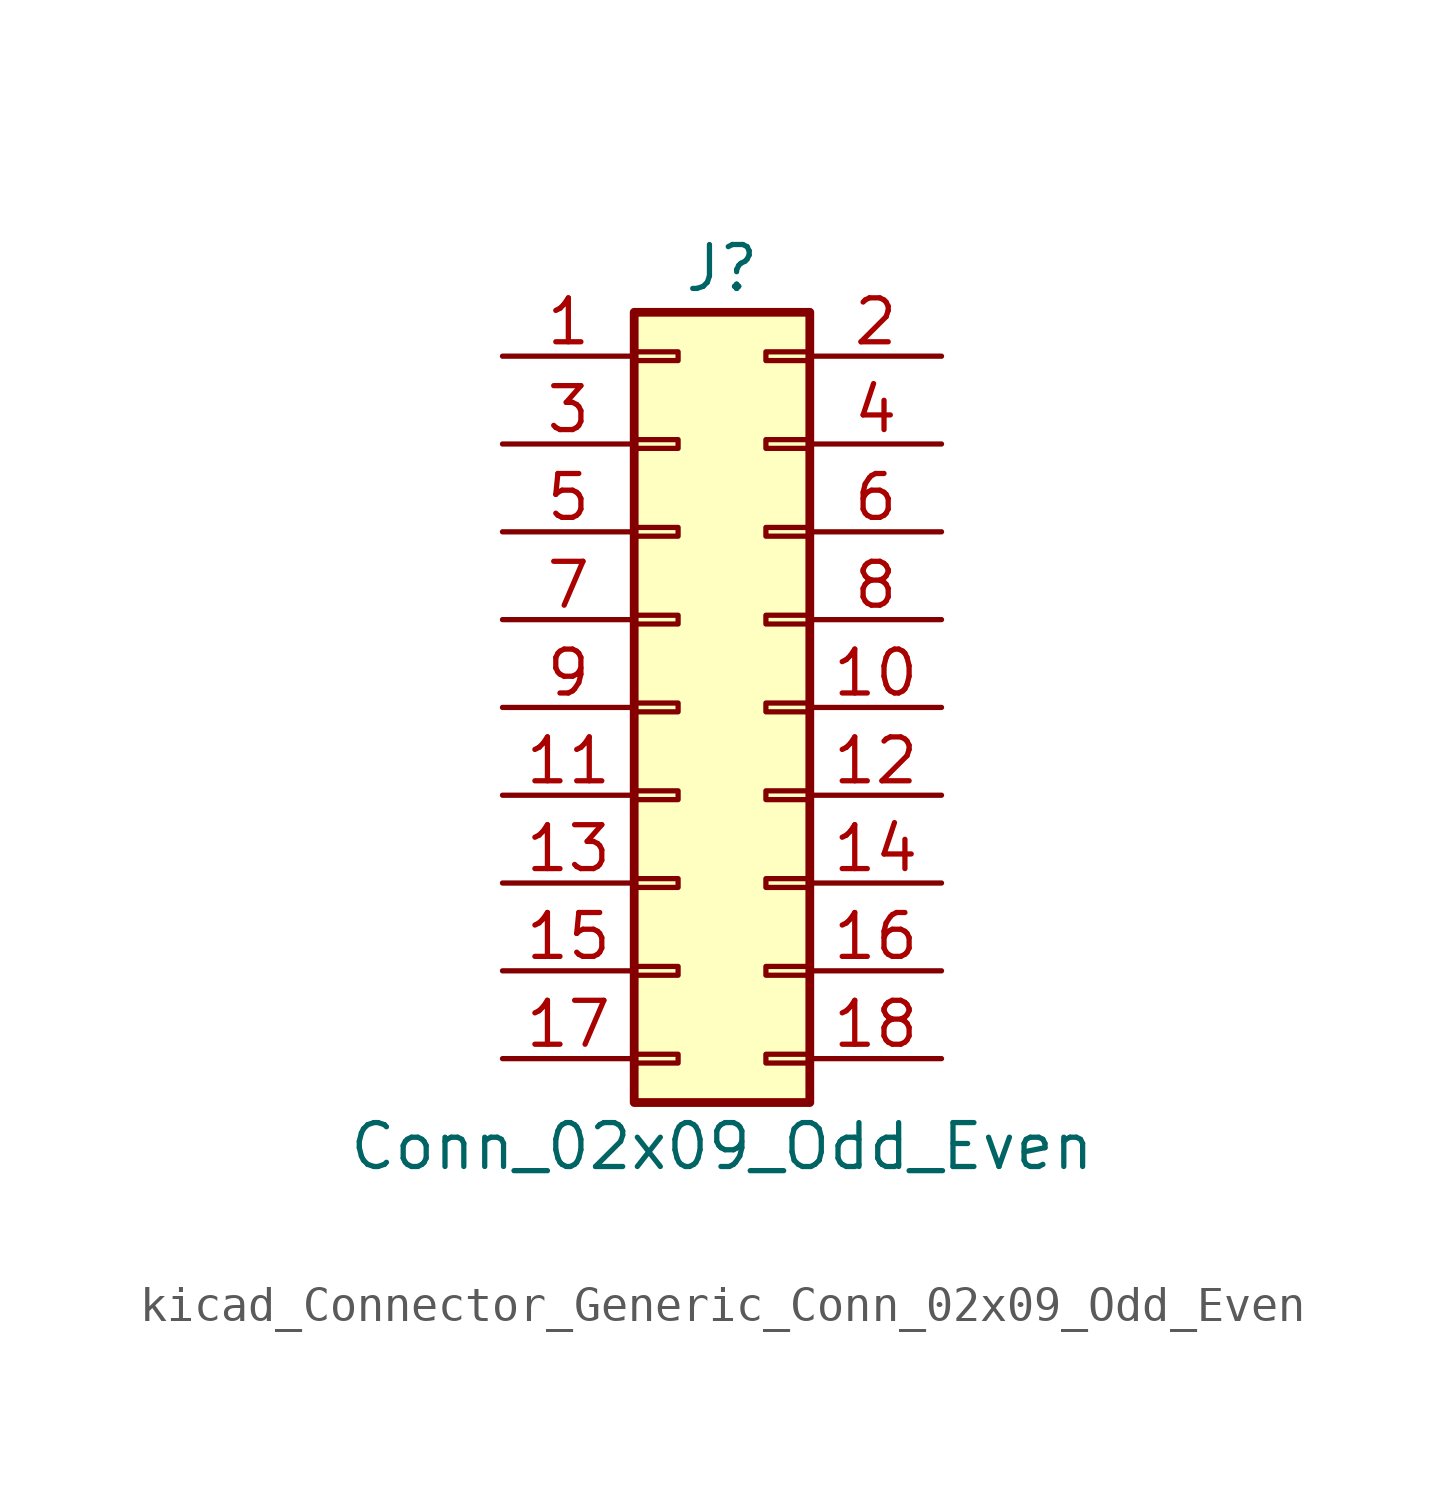
<source format=kicad_sym>
(kicad_symbol_lib
  (version 20220914)
  (generator kicad_symbol_editor)
  (symbol "kicad_Connector_Generic_Conn_02x09_Odd_Even"
    (pin_names
      (offset 1.016) hide)
    (property "Reference" "J"
      (at 1.27 12.7 0)
      (effects (font (size 1.27 1.27))))
    (property "Value" "Conn_02x09_Odd_Even"
      (at 1.27 -12.7 0)
      (effects (font (size 1.27 1.27))))
    (symbol "kicad_Connector_Generic_Conn_02x09_Odd_Even_1_1"
      (rectangle (start -1.27 -10.033) (end 0 -10.287) (stroke (width 0.152) (type default)) (fill (type none)))
      (rectangle (start -1.27 -7.493) (end 0 -7.747) (stroke (width 0.152) (type default)) (fill (type none)))
      (rectangle (start -1.27 -4.953) (end 0 -5.207) (stroke (width 0.152) (type default)) (fill (type none)))
      (rectangle (start -1.27 -2.413) (end 0 -2.667) (stroke (width 0.152) (type default)) (fill (type none)))
      (rectangle (start -1.27 0.127) (end 0 -0.127) (stroke (width 0.152) (type default)) (fill (type none)))
      (rectangle (start -1.27 2.667) (end 0 2.413) (stroke (width 0.152) (type default)) (fill (type none)))
      (rectangle (start -1.27 5.207) (end 0 4.953) (stroke (width 0.152) (type default)) (fill (type none)))
      (rectangle (start -1.27 7.747) (end 0 7.493) (stroke (width 0.152) (type default)) (fill (type none)))
      (rectangle (start -1.27 10.287) (end 0 10.033) (stroke (width 0.152) (type default)) (fill (type none)))
      (rectangle (start -1.27 11.43) (end 3.81 -11.43) (stroke (width 0.254) (type default)) (fill (type background)))
      (rectangle (start 3.81 -10.033) (end 2.54 -10.287) (stroke (width 0.152) (type default)) (fill (type none)))
      (rectangle (start 3.81 -7.493) (end 2.54 -7.747) (stroke (width 0.152) (type default)) (fill (type none)))
      (rectangle (start 3.81 -4.953) (end 2.54 -5.207) (stroke (width 0.152) (type default)) (fill (type none)))
      (rectangle (start 3.81 -2.413) (end 2.54 -2.667) (stroke (width 0.152) (type default)) (fill (type none)))
      (rectangle (start 3.81 0.127) (end 2.54 -0.127) (stroke (width 0.152) (type default)) (fill (type none)))
      (rectangle (start 3.81 2.667) (end 2.54 2.413) (stroke (width 0.152) (type default)) (fill (type none)))
      (rectangle (start 3.81 5.207) (end 2.54 4.953) (stroke (width 0.152) (type default)) (fill (type none)))
      (rectangle (start 3.81 7.747) (end 2.54 7.493) (stroke (width 0.152) (type default)) (fill (type none)))
      (rectangle (start 3.81 10.287) (end 2.54 10.033) (stroke (width 0.152) (type default)) (fill (type none)))
      (pin passive line (at -5.08 10.16 0) (length 3.81) (name "Pin_1" (effects (font (size 1.27 1.27)))) (number "1" (effects (font (size 1.27 1.27)))))
      (pin passive line (at 7.62 0 180) (length 3.81) (name "Pin_10" (effects (font (size 1.27 1.27)))) (number "10" (effects (font (size 1.27 1.27)))))
      (pin passive line (at -5.08 -2.54 0) (length 3.81) (name "Pin_11" (effects (font (size 1.27 1.27)))) (number "11" (effects (font (size 1.27 1.27)))))
      (pin passive line (at 7.62 -2.54 180) (length 3.81) (name "Pin_12" (effects (font (size 1.27 1.27)))) (number "12" (effects (font (size 1.27 1.27)))))
      (pin passive line (at -5.08 -5.08 0) (length 3.81) (name "Pin_13" (effects (font (size 1.27 1.27)))) (number "13" (effects (font (size 1.27 1.27)))))
      (pin passive line (at 7.62 -5.08 180) (length 3.81) (name "Pin_14" (effects (font (size 1.27 1.27)))) (number "14" (effects (font (size 1.27 1.27)))))
      (pin passive line (at -5.08 -7.62 0) (length 3.81) (name "Pin_15" (effects (font (size 1.27 1.27)))) (number "15" (effects (font (size 1.27 1.27)))))
      (pin passive line (at 7.62 -7.62 180) (length 3.81) (name "Pin_16" (effects (font (size 1.27 1.27)))) (number "16" (effects (font (size 1.27 1.27)))))
      (pin passive line (at -5.08 -10.16 0) (length 3.81) (name "Pin_17" (effects (font (size 1.27 1.27)))) (number "17" (effects (font (size 1.27 1.27)))))
      (pin passive line (at 7.62 -10.16 180) (length 3.81) (name "Pin_18" (effects (font (size 1.27 1.27)))) (number "18" (effects (font (size 1.27 1.27)))))
      (pin passive line (at 7.62 10.16 180) (length 3.81) (name "Pin_2" (effects (font (size 1.27 1.27)))) (number "2" (effects (font (size 1.27 1.27)))))
      (pin passive line (at -5.08 7.62 0) (length 3.81) (name "Pin_3" (effects (font (size 1.27 1.27)))) (number "3" (effects (font (size 1.27 1.27)))))
      (pin passive line (at 7.62 7.62 180) (length 3.81) (name "Pin_4" (effects (font (size 1.27 1.27)))) (number "4" (effects (font (size 1.27 1.27)))))
      (pin passive line (at -5.08 5.08 0) (length 3.81) (name "Pin_5" (effects (font (size 1.27 1.27)))) (number "5" (effects (font (size 1.27 1.27)))))
      (pin passive line (at 7.62 5.08 180) (length 3.81) (name "Pin_6" (effects (font (size 1.27 1.27)))) (number "6" (effects (font (size 1.27 1.27)))))
      (pin passive line (at -5.08 2.54 0) (length 3.81) (name "Pin_7" (effects (font (size 1.27 1.27)))) (number "7" (effects (font (size 1.27 1.27)))))
      (pin passive line (at 7.62 2.54 180) (length 3.81) (name "Pin_8" (effects (font (size 1.27 1.27)))) (number "8" (effects (font (size 1.27 1.27)))))
      (pin passive line (at -5.08 0 0) (length 3.81) (name "Pin_9" (effects (font (size 1.27 1.27)))) (number "9" (effects (font (size 1.27 1.27))))))))
</source>
